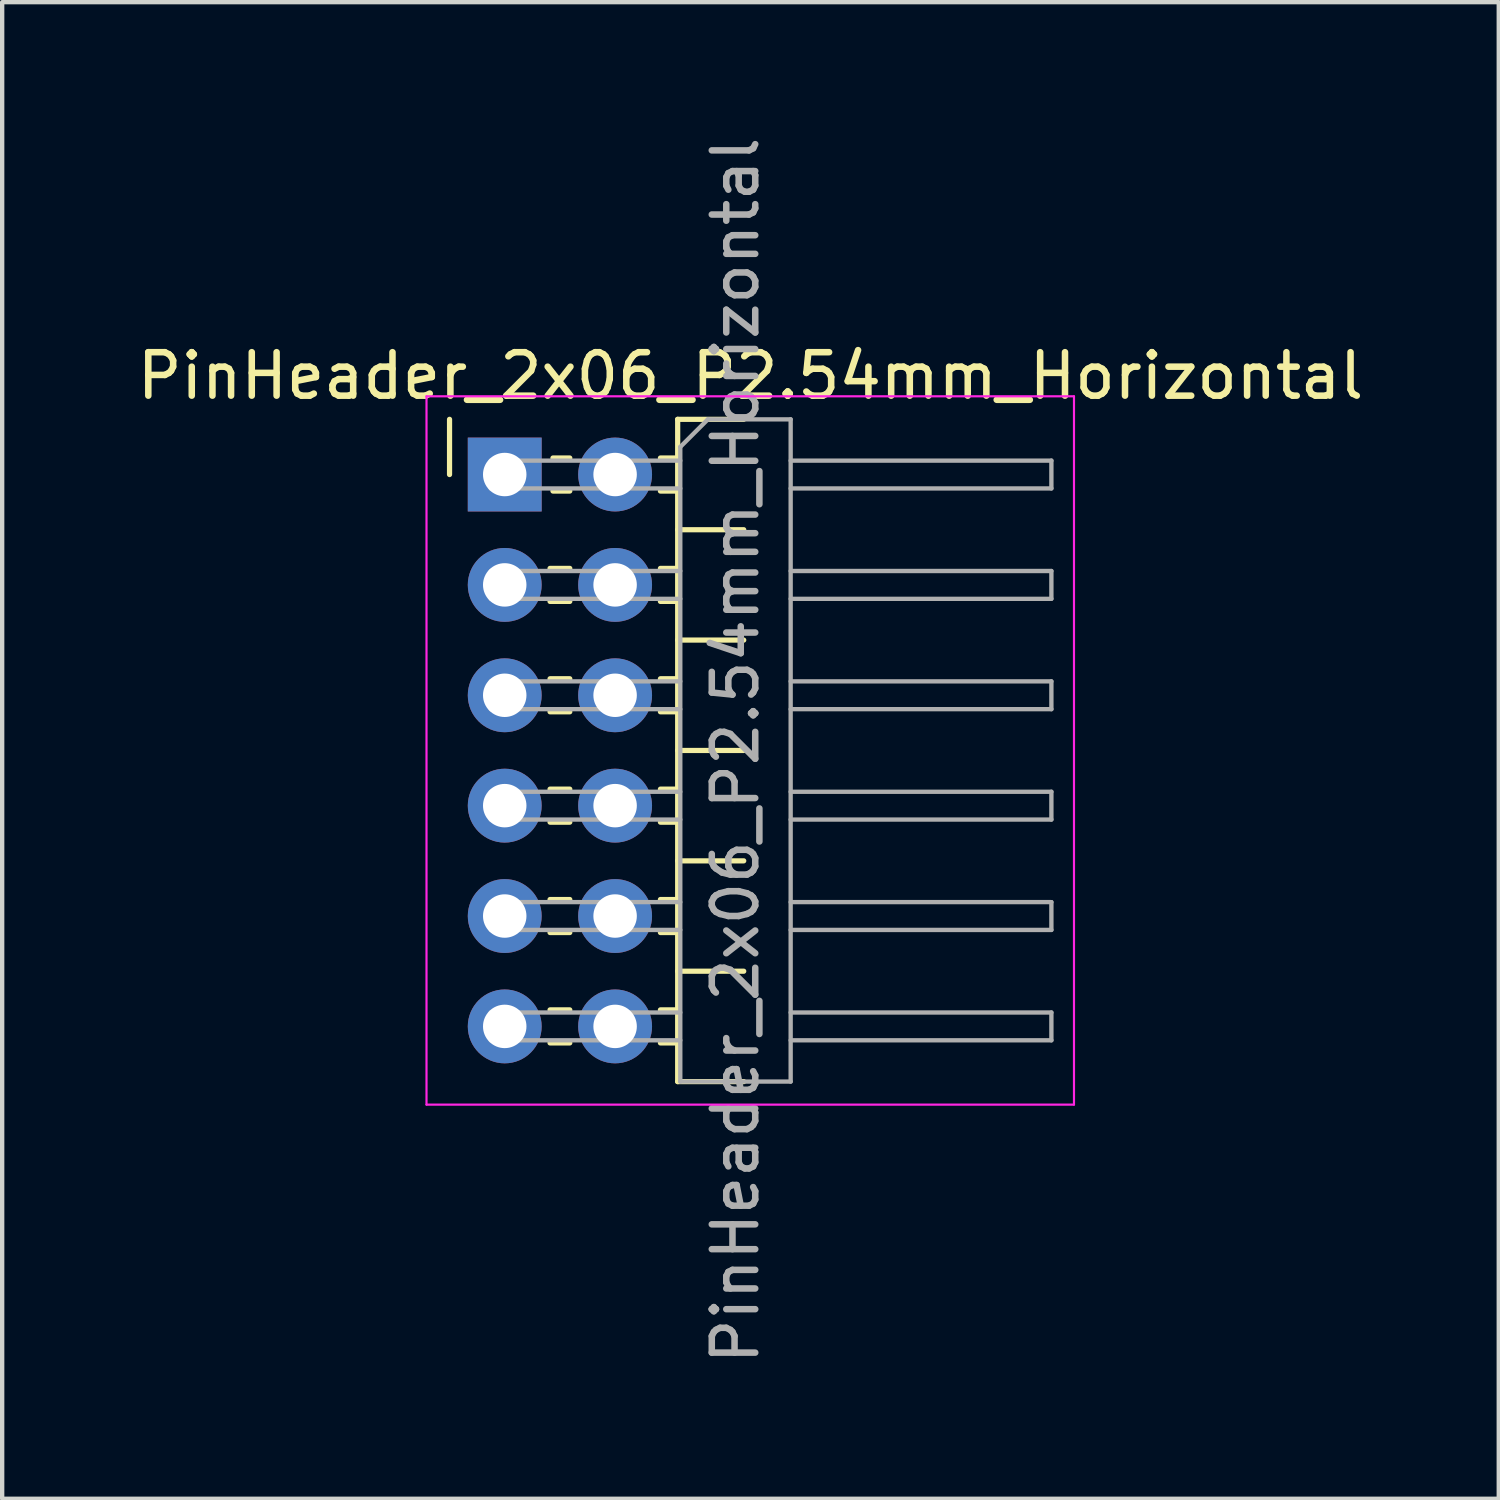
<source format=kicad_pcb>
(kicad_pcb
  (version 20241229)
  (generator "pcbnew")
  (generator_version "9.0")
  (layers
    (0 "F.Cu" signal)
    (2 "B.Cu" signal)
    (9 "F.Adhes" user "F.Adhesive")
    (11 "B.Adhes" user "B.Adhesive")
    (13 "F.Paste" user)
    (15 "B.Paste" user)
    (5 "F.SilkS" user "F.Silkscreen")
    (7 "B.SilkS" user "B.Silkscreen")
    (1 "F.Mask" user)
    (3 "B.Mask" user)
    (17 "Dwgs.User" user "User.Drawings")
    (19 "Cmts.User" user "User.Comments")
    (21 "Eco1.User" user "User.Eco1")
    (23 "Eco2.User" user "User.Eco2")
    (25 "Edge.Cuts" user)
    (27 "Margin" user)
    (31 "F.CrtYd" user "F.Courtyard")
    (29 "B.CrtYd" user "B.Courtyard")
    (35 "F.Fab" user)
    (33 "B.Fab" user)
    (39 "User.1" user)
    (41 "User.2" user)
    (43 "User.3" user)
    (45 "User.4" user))
  (footprint "PinHeader_2x06_P2.54mm_Horizontal"
    (layer "F.Cu")
    (at 8.565 7.87)
    (property "Reference" "PinHeader_2x06_P2.54mm_Horizontal" (at 5.655 -2.27 0) (layer "F.SilkS") (effects (font (size 1 1) (thickness 0.15))))
    (attr through_hole)
    (fp_line (start -1.27 0) (end -1.27 -1.27) (stroke (width 0.12) (type solid)) (layer "F.SilkS"))
    (fp_line (start 1.043 2.16) (end 1.497 2.16) (stroke (width 0.12) (type solid)) (layer "F.SilkS"))
    (fp_line (start 1.043 2.92) (end 1.497 2.92) (stroke (width 0.12) (type solid)) (layer "F.SilkS"))
    (fp_line (start 1.043 4.7) (end 1.497 4.7) (stroke (width 0.12) (type solid)) (layer "F.SilkS"))
    (fp_line (start 1.043 5.46) (end 1.497 5.46) (stroke (width 0.12) (type solid)) (layer "F.SilkS"))
    (fp_line (start 1.043 7.24) (end 1.497 7.24) (stroke (width 0.12) (type solid)) (layer "F.SilkS"))
    (fp_line (start 1.043 8) (end 1.497 8) (stroke (width 0.12) (type solid)) (layer "F.SilkS"))
    (fp_line (start 1.043 9.78) (end 1.497 9.78) (stroke (width 0.12) (type solid)) (layer "F.SilkS"))
    (fp_line (start 1.043 10.54) (end 1.497 10.54) (stroke (width 0.12) (type solid)) (layer "F.SilkS"))
    (fp_line (start 1.043 12.32) (end 1.497 12.32) (stroke (width 0.12) (type solid)) (layer "F.SilkS"))
    (fp_line (start 1.043 13.08) (end 1.497 13.08) (stroke (width 0.12) (type solid)) (layer "F.SilkS"))
    (fp_line (start 1.11 -0.38) (end 1.497 -0.38) (stroke (width 0.12) (type solid)) (layer "F.SilkS"))
    (fp_line (start 1.11 0.38) (end 1.497 0.38) (stroke (width 0.12) (type solid)) (layer "F.SilkS"))
    (fp_line (start 3.583 -0.38) (end 3.98 -0.38) (stroke (width 0.12) (type solid)) (layer "F.SilkS"))
    (fp_line (start 3.583 0.38) (end 3.98 0.38) (stroke (width 0.12) (type solid)) (layer "F.SilkS"))
    (fp_line (start 3.583 2.16) (end 3.98 2.16) (stroke (width 0.12) (type solid)) (layer "F.SilkS"))
    (fp_line (start 3.583 2.92) (end 3.98 2.92) (stroke (width 0.12) (type solid)) (layer "F.SilkS"))
    (fp_line (start 3.583 4.7) (end 3.98 4.7) (stroke (width 0.12) (type solid)) (layer "F.SilkS"))
    (fp_line (start 3.583 5.46) (end 3.98 5.46) (stroke (width 0.12) (type solid)) (layer "F.SilkS"))
    (fp_line (start 3.583 7.24) (end 3.98 7.24) (stroke (width 0.12) (type solid)) (layer "F.SilkS"))
    (fp_line (start 3.583 8) (end 3.98 8) (stroke (width 0.12) (type solid)) (layer "F.SilkS"))
    (fp_line (start 3.583 9.78) (end 3.98 9.78) (stroke (width 0.12) (type solid)) (layer "F.SilkS"))
    (fp_line (start 3.583 10.54) (end 3.98 10.54) (stroke (width 0.12) (type solid)) (layer "F.SilkS"))
    (fp_line (start 3.583 12.32) (end 3.98 12.32) (stroke (width 0.12) (type solid)) (layer "F.SilkS"))
    (fp_line (start 3.583 13.08) (end 3.98 13.08) (stroke (width 0.12) (type solid)) (layer "F.SilkS"))
    (fp_line (start 3.98 -1.27) (end 3.98 13.97) (stroke (width 0.12) (type solid)) (layer "F.SilkS"))
    (fp_line (start 3.98 1.27) (end 5.5 1.27) (stroke (width 0.12) (type solid)) (layer "F.SilkS"))
    (fp_line (start 3.98 3.81) (end 5.5 3.81) (stroke (width 0.12) (type solid)) (layer "F.SilkS"))
    (fp_line (start 3.98 6.35) (end 5.5 6.35) (stroke (width 0.12) (type solid)) (layer "F.SilkS"))
    (fp_line (start 3.98 8.89) (end 5.5 8.89) (stroke (width 0.12) (type solid)) (layer "F.SilkS"))
    (fp_line (start 3.98 11.43) (end 5.5 11.43) (stroke (width 0.12) (type solid)) (layer "F.SilkS"))
    (fp_line (start 3.98 13.97) (end 5.5 13.97) (stroke (width 0.12) (type solid)) (layer "F.SilkS"))
    (fp_line (start 5.5 -1.27) (end 3.98 -1.27) (stroke (width 0.12) (type solid)) (layer "F.SilkS"))
    (fp_line (start -1.8 -1.8) (end -1.8 14.5) (stroke (width 0.05) (type solid)) (layer "F.CrtYd"))
    (fp_line (start -1.8 14.5) (end 13.1 14.5) (stroke (width 0.05) (type solid)) (layer "F.CrtYd"))
    (fp_line (start 13.1 -1.8) (end -1.8 -1.8) (stroke (width 0.05) (type solid)) (layer "F.CrtYd"))
    (fp_line (start 13.1 14.5) (end 13.1 -1.8) (stroke (width 0.05) (type solid)) (layer "F.CrtYd"))
    (fp_line (start -0.32 -0.32) (end -0.32 0.32) (stroke (width 0.1) (type solid)) (layer "F.Fab"))
    (fp_line (start -0.32 -0.32) (end 4.04 -0.32) (stroke (width 0.1) (type solid)) (layer "F.Fab"))
    (fp_line (start -0.32 0.32) (end 4.04 0.32) (stroke (width 0.1) (type solid)) (layer "F.Fab"))
    (fp_line (start -0.32 2.22) (end -0.32 2.86) (stroke (width 0.1) (type solid)) (layer "F.Fab"))
    (fp_line (start -0.32 2.22) (end 4.04 2.22) (stroke (width 0.1) (type solid)) (layer "F.Fab"))
    (fp_line (start -0.32 2.86) (end 4.04 2.86) (stroke (width 0.1) (type solid)) (layer "F.Fab"))
    (fp_line (start -0.32 4.76) (end -0.32 5.4) (stroke (width 0.1) (type solid)) (layer "F.Fab"))
    (fp_line (start -0.32 4.76) (end 4.04 4.76) (stroke (width 0.1) (type solid)) (layer "F.Fab"))
    (fp_line (start -0.32 5.4) (end 4.04 5.4) (stroke (width 0.1) (type solid)) (layer "F.Fab"))
    (fp_line (start -0.32 7.3) (end -0.32 7.94) (stroke (width 0.1) (type solid)) (layer "F.Fab"))
    (fp_line (start -0.32 7.3) (end 4.04 7.3) (stroke (width 0.1) (type solid)) (layer "F.Fab"))
    (fp_line (start -0.32 7.94) (end 4.04 7.94) (stroke (width 0.1) (type solid)) (layer "F.Fab"))
    (fp_line (start -0.32 9.84) (end -0.32 10.48) (stroke (width 0.1) (type solid)) (layer "F.Fab"))
    (fp_line (start -0.32 9.84) (end 4.04 9.84) (stroke (width 0.1) (type solid)) (layer "F.Fab"))
    (fp_line (start -0.32 10.48) (end 4.04 10.48) (stroke (width 0.1) (type solid)) (layer "F.Fab"))
    (fp_line (start -0.32 12.38) (end -0.32 13.02) (stroke (width 0.1) (type solid)) (layer "F.Fab"))
    (fp_line (start -0.32 12.38) (end 4.04 12.38) (stroke (width 0.1) (type solid)) (layer "F.Fab"))
    (fp_line (start -0.32 13.02) (end 4.04 13.02) (stroke (width 0.1) (type solid)) (layer "F.Fab"))
    (fp_line (start 4.04 -0.635) (end 4.675 -1.27) (stroke (width 0.1) (type solid)) (layer "F.Fab"))
    (fp_line (start 4.04 13.97) (end 4.04 -0.635) (stroke (width 0.1) (type solid)) (layer "F.Fab"))
    (fp_line (start 4.675 -1.27) (end 6.58 -1.27) (stroke (width 0.1) (type solid)) (layer "F.Fab"))
    (fp_line (start 6.58 -1.27) (end 6.58 13.97) (stroke (width 0.1) (type solid)) (layer "F.Fab"))
    (fp_line (start 6.58 -0.32) (end 12.58 -0.32) (stroke (width 0.1) (type solid)) (layer "F.Fab"))
    (fp_line (start 6.58 0.32) (end 12.58 0.32) (stroke (width 0.1) (type solid)) (layer "F.Fab"))
    (fp_line (start 6.58 2.22) (end 12.58 2.22) (stroke (width 0.1) (type solid)) (layer "F.Fab"))
    (fp_line (start 6.58 2.86) (end 12.58 2.86) (stroke (width 0.1) (type solid)) (layer "F.Fab"))
    (fp_line (start 6.58 4.76) (end 12.58 4.76) (stroke (width 0.1) (type solid)) (layer "F.Fab"))
    (fp_line (start 6.58 5.4) (end 12.58 5.4) (stroke (width 0.1) (type solid)) (layer "F.Fab"))
    (fp_line (start 6.58 7.3) (end 12.58 7.3) (stroke (width 0.1) (type solid)) (layer "F.Fab"))
    (fp_line (start 6.58 7.94) (end 12.58 7.94) (stroke (width 0.1) (type solid)) (layer "F.Fab"))
    (fp_line (start 6.58 9.84) (end 12.58 9.84) (stroke (width 0.1) (type solid)) (layer "F.Fab"))
    (fp_line (start 6.58 10.48) (end 12.58 10.48) (stroke (width 0.1) (type solid)) (layer "F.Fab"))
    (fp_line (start 6.58 12.38) (end 12.58 12.38) (stroke (width 0.1) (type solid)) (layer "F.Fab"))
    (fp_line (start 6.58 13.02) (end 12.58 13.02) (stroke (width 0.1) (type solid)) (layer "F.Fab"))
    (fp_line (start 6.58 13.97) (end 4.04 13.97) (stroke (width 0.1) (type solid)) (layer "F.Fab"))
    (fp_line (start 12.58 -0.32) (end 12.58 0.32) (stroke (width 0.1) (type solid)) (layer "F.Fab"))
    (fp_line (start 12.58 2.22) (end 12.58 2.86) (stroke (width 0.1) (type solid)) (layer "F.Fab"))
    (fp_line (start 12.58 4.76) (end 12.58 5.4) (stroke (width 0.1) (type solid)) (layer "F.Fab"))
    (fp_line (start 12.58 7.3) (end 12.58 7.94) (stroke (width 0.1) (type solid)) (layer "F.Fab"))
    (fp_line (start 12.58 9.84) (end 12.58 10.48) (stroke (width 0.1) (type solid)) (layer "F.Fab"))
    (fp_line (start 12.58 12.38) (end 12.58 13.02) (stroke (width 0.1) (type solid)) (layer "F.Fab"))
    (fp_text user "${REFERENCE}" (at 5.31 6.35 90) (layer "F.Fab") (effects (font (size 1 1) (thickness 0.15))))
    (pad "1" thru_hole rect (at 0 0) (size 1.7 1.7) (drill 1) (layers "*.Cu" "*.Mask"))
    (pad "2" thru_hole oval (at 2.54 0) (size 1.7 1.7) (drill 1) (layers "*.Cu" "*.Mask"))
    (pad "3" thru_hole oval (at 0 2.54) (size 1.7 1.7) (drill 1) (layers "*.Cu" "*.Mask"))
    (pad "4" thru_hole oval (at 2.54 2.54) (size 1.7 1.7) (drill 1) (layers "*.Cu" "*.Mask"))
    (pad "5" thru_hole oval (at 0 5.08) (size 1.7 1.7) (drill 1) (layers "*.Cu" "*.Mask"))
    (pad "6" thru_hole oval (at 2.54 5.08) (size 1.7 1.7) (drill 1) (layers "*.Cu" "*.Mask"))
    (pad "7" thru_hole oval (at 0 7.62) (size 1.7 1.7) (drill 1) (layers "*.Cu" "*.Mask"))
    (pad "8" thru_hole oval (at 2.54 7.62) (size 1.7 1.7) (drill 1) (layers "*.Cu" "*.Mask"))
    (pad "9" thru_hole oval (at 0 10.16) (size 1.7 1.7) (drill 1) (layers "*.Cu" "*.Mask"))
    (pad "10" thru_hole oval (at 2.54 10.16) (size 1.7 1.7) (drill 1) (layers "*.Cu" "*.Mask"))
    (pad "11" thru_hole oval (at 0 12.7) (size 1.7 1.7) (drill 1) (layers "*.Cu" "*.Mask"))
    (pad "12" thru_hole oval (at 2.54 12.7) (size 1.7 1.7) (drill 1) (layers "*.Cu" "*.Mask")))
  (gr_rect
    (start -3 -3)
    (end 31.44 31.44)
    (stroke (width 0.1) (type default))
    (fill no)
    (layer "Edge.Cuts")))
</source>
